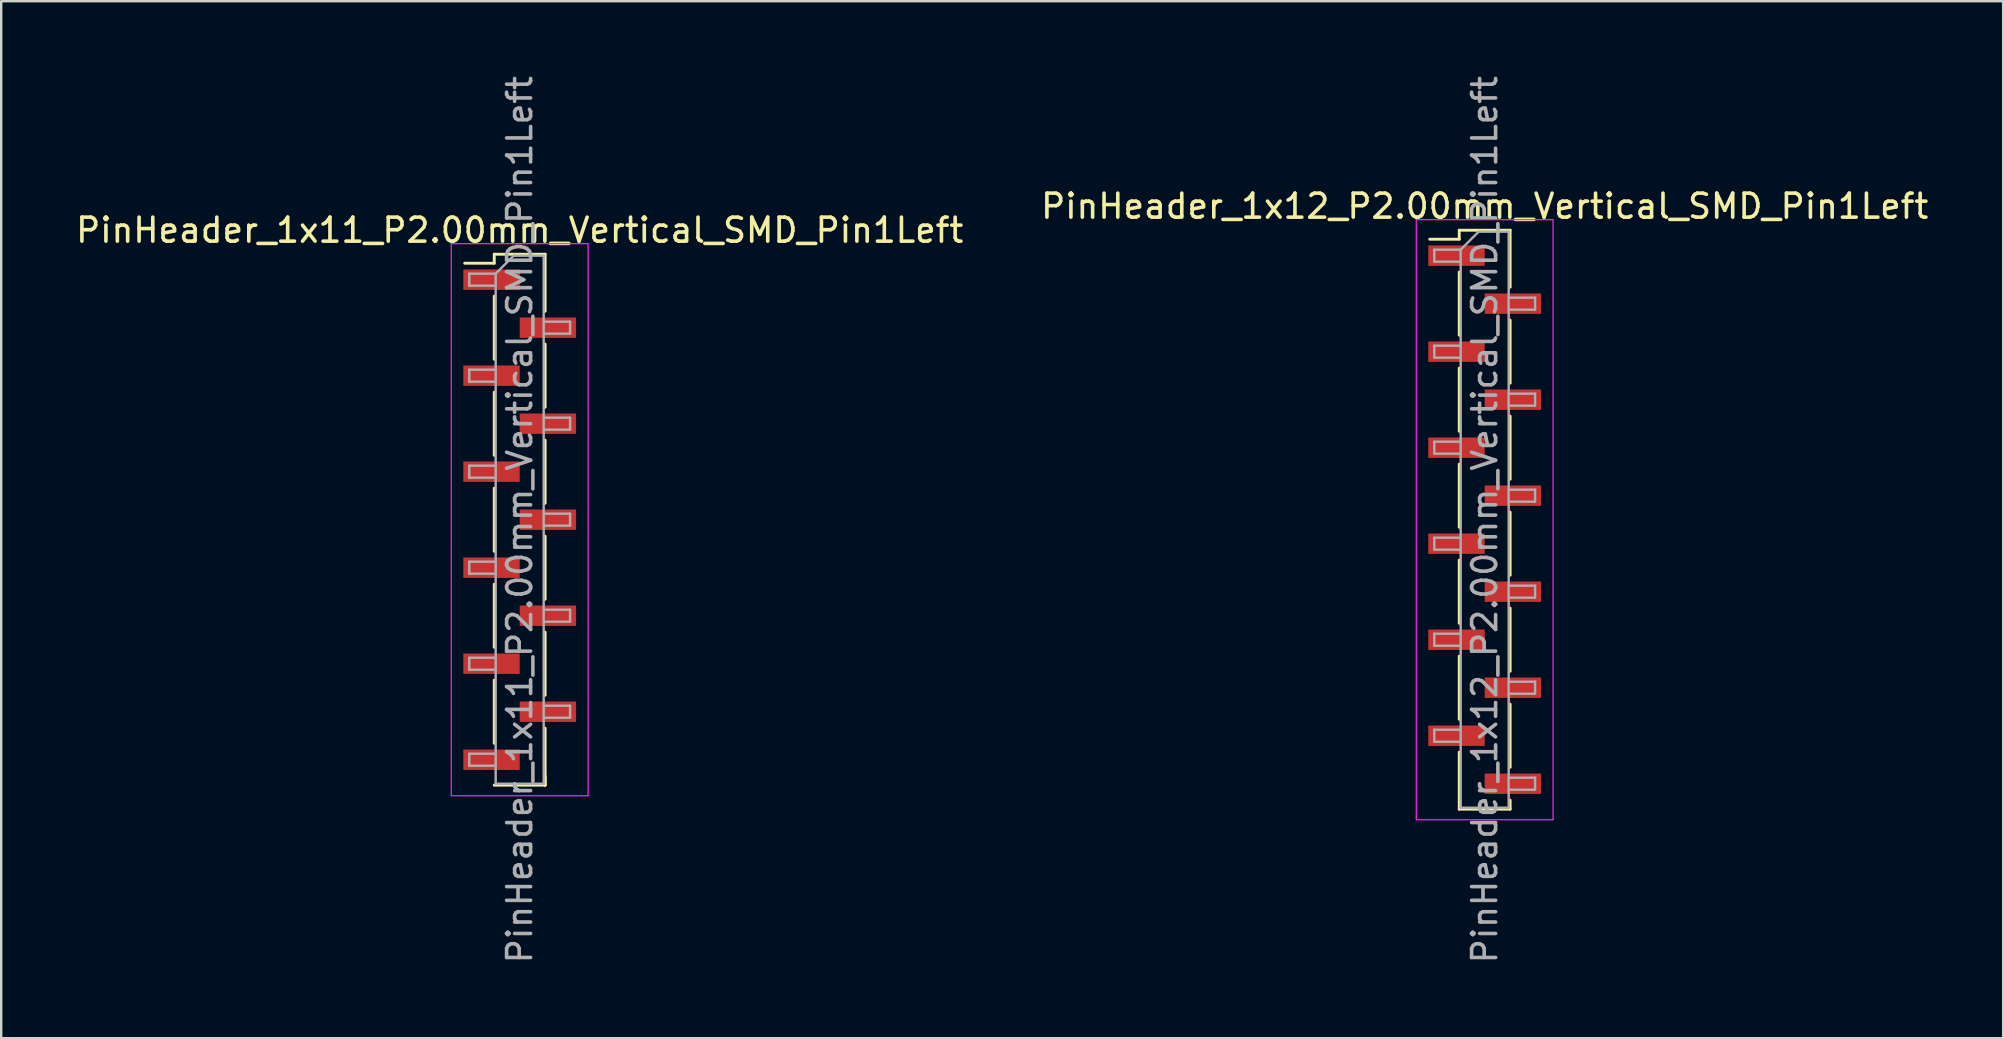
<source format=kicad_pcb>
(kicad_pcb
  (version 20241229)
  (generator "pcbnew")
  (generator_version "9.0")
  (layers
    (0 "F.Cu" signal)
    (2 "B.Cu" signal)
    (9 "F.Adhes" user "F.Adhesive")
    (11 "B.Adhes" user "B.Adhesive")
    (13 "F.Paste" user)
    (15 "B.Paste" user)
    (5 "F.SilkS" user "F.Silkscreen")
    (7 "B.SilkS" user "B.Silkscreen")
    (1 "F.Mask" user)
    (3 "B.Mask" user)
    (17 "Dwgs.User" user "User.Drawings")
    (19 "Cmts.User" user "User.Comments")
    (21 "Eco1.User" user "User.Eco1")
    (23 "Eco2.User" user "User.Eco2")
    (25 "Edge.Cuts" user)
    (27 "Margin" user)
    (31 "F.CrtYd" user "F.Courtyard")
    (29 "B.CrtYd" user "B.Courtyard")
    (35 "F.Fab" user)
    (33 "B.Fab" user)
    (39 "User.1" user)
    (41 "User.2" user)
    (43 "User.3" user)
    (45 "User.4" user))
  (footprint "PinHeader_1x11_P2.00mm_Vertical_SMD_Pin1Left"
    (layer "F.Cu")
    (at 18.601 18.601)
    (property "Reference" "PinHeader_1x11_P2.00mm_Vertical_SMD_Pin1Left" (at 0 -12.06 0) (layer "F.SilkS") (effects (font (size 1 1) (thickness 0.15))))
    (attr smd)
    (fp_line (start -1.06 -11.06) (end -1.06 -10.685) (stroke (width 0.12) (type solid)) (layer "F.SilkS"))
    (fp_line (start -1.06 -11.06) (end 1.06 -11.06) (stroke (width 0.12) (type solid)) (layer "F.SilkS"))
    (fp_line (start -1.06 -10.685) (end -2.29 -10.685) (stroke (width 0.12) (type solid)) (layer "F.SilkS"))
    (fp_line (start -1.06 -9.315) (end -1.06 -6.685) (stroke (width 0.12) (type solid)) (layer "F.SilkS"))
    (fp_line (start -1.06 -5.315) (end -1.06 -2.685) (stroke (width 0.12) (type solid)) (layer "F.SilkS"))
    (fp_line (start -1.06 -1.315) (end -1.06 1.315) (stroke (width 0.12) (type solid)) (layer "F.SilkS"))
    (fp_line (start -1.06 2.685) (end -1.06 5.315) (stroke (width 0.12) (type solid)) (layer "F.SilkS"))
    (fp_line (start -1.06 6.685) (end -1.06 9.315) (stroke (width 0.12) (type solid)) (layer "F.SilkS"))
    (fp_line (start -1.06 11.06) (end 1.06 11.06) (stroke (width 0.12) (type solid)) (layer "F.SilkS"))
    (fp_line (start 1.06 -11.06) (end 1.06 -8.685) (stroke (width 0.12) (type solid)) (layer "F.SilkS"))
    (fp_line (start 1.06 -7.315) (end 1.06 -4.685) (stroke (width 0.12) (type solid)) (layer "F.SilkS"))
    (fp_line (start 1.06 -3.315) (end 1.06 -0.685) (stroke (width 0.12) (type solid)) (layer "F.SilkS"))
    (fp_line (start 1.06 0.685) (end 1.06 3.315) (stroke (width 0.12) (type solid)) (layer "F.SilkS"))
    (fp_line (start 1.06 4.685) (end 1.06 7.315) (stroke (width 0.12) (type solid)) (layer "F.SilkS"))
    (fp_line (start 1.06 8.685) (end 1.06 11.06) (stroke (width 0.12) (type solid)) (layer "F.SilkS"))
    (fp_line (start 1.06 10.685) (end 1.06 11.06) (stroke (width 0.12) (type solid)) (layer "F.SilkS"))
    (fp_line (start -2.85 -11.5) (end -2.85 11.5) (stroke (width 0.05) (type solid)) (layer "F.CrtYd"))
    (fp_line (start -2.85 11.5) (end 2.85 11.5) (stroke (width 0.05) (type solid)) (layer "F.CrtYd"))
    (fp_line (start 2.85 -11.5) (end -2.85 -11.5) (stroke (width 0.05) (type solid)) (layer "F.CrtYd"))
    (fp_line (start 2.85 11.5) (end 2.85 -11.5) (stroke (width 0.05) (type solid)) (layer "F.CrtYd"))
    (fp_line (start -2.1 -10.25) (end -2.1 -9.75) (stroke (width 0.1) (type solid)) (layer "F.Fab"))
    (fp_line (start -2.1 -9.75) (end -1 -9.75) (stroke (width 0.1) (type solid)) (layer "F.Fab"))
    (fp_line (start -2.1 -6.25) (end -2.1 -5.75) (stroke (width 0.1) (type solid)) (layer "F.Fab"))
    (fp_line (start -2.1 -5.75) (end -1 -5.75) (stroke (width 0.1) (type solid)) (layer "F.Fab"))
    (fp_line (start -2.1 -2.25) (end -2.1 -1.75) (stroke (width 0.1) (type solid)) (layer "F.Fab"))
    (fp_line (start -2.1 -1.75) (end -1 -1.75) (stroke (width 0.1) (type solid)) (layer "F.Fab"))
    (fp_line (start -2.1 1.75) (end -2.1 2.25) (stroke (width 0.1) (type solid)) (layer "F.Fab"))
    (fp_line (start -2.1 2.25) (end -1 2.25) (stroke (width 0.1) (type solid)) (layer "F.Fab"))
    (fp_line (start -2.1 5.75) (end -2.1 6.25) (stroke (width 0.1) (type solid)) (layer "F.Fab"))
    (fp_line (start -2.1 6.25) (end -1 6.25) (stroke (width 0.1) (type solid)) (layer "F.Fab"))
    (fp_line (start -2.1 9.75) (end -2.1 10.25) (stroke (width 0.1) (type solid)) (layer "F.Fab"))
    (fp_line (start -2.1 10.25) (end -1 10.25) (stroke (width 0.1) (type solid)) (layer "F.Fab"))
    (fp_line (start -1 -10.25) (end -2.1 -10.25) (stroke (width 0.1) (type solid)) (layer "F.Fab"))
    (fp_line (start -1 -10.25) (end -0.25 -11) (stroke (width 0.1) (type solid)) (layer "F.Fab"))
    (fp_line (start -1 -6.25) (end -2.1 -6.25) (stroke (width 0.1) (type solid)) (layer "F.Fab"))
    (fp_line (start -1 -2.25) (end -2.1 -2.25) (stroke (width 0.1) (type solid)) (layer "F.Fab"))
    (fp_line (start -1 1.75) (end -2.1 1.75) (stroke (width 0.1) (type solid)) (layer "F.Fab"))
    (fp_line (start -1 5.75) (end -2.1 5.75) (stroke (width 0.1) (type solid)) (layer "F.Fab"))
    (fp_line (start -1 9.75) (end -2.1 9.75) (stroke (width 0.1) (type solid)) (layer "F.Fab"))
    (fp_line (start -1 11) (end -1 -10.25) (stroke (width 0.1) (type solid)) (layer "F.Fab"))
    (fp_line (start -0.25 -11) (end 1 -11) (stroke (width 0.1) (type solid)) (layer "F.Fab"))
    (fp_line (start 1 -11) (end 1 11) (stroke (width 0.1) (type solid)) (layer "F.Fab"))
    (fp_line (start 1 -8.25) (end 2.1 -8.25) (stroke (width 0.1) (type solid)) (layer "F.Fab"))
    (fp_line (start 1 -4.25) (end 2.1 -4.25) (stroke (width 0.1) (type solid)) (layer "F.Fab"))
    (fp_line (start 1 -0.25) (end 2.1 -0.25) (stroke (width 0.1) (type solid)) (layer "F.Fab"))
    (fp_line (start 1 3.75) (end 2.1 3.75) (stroke (width 0.1) (type solid)) (layer "F.Fab"))
    (fp_line (start 1 7.75) (end 2.1 7.75) (stroke (width 0.1) (type solid)) (layer "F.Fab"))
    (fp_line (start 1 11) (end -1 11) (stroke (width 0.1) (type solid)) (layer "F.Fab"))
    (fp_line (start 2.1 -8.25) (end 2.1 -7.75) (stroke (width 0.1) (type solid)) (layer "F.Fab"))
    (fp_line (start 2.1 -7.75) (end 1 -7.75) (stroke (width 0.1) (type solid)) (layer "F.Fab"))
    (fp_line (start 2.1 -4.25) (end 2.1 -3.75) (stroke (width 0.1) (type solid)) (layer "F.Fab"))
    (fp_line (start 2.1 -3.75) (end 1 -3.75) (stroke (width 0.1) (type solid)) (layer "F.Fab"))
    (fp_line (start 2.1 -0.25) (end 2.1 0.25) (stroke (width 0.1) (type solid)) (layer "F.Fab"))
    (fp_line (start 2.1 0.25) (end 1 0.25) (stroke (width 0.1) (type solid)) (layer "F.Fab"))
    (fp_line (start 2.1 3.75) (end 2.1 4.25) (stroke (width 0.1) (type solid)) (layer "F.Fab"))
    (fp_line (start 2.1 4.25) (end 1 4.25) (stroke (width 0.1) (type solid)) (layer "F.Fab"))
    (fp_line (start 2.1 7.75) (end 2.1 8.25) (stroke (width 0.1) (type solid)) (layer "F.Fab"))
    (fp_line (start 2.1 8.25) (end 1 8.25) (stroke (width 0.1) (type solid)) (layer "F.Fab"))
    (fp_text user "${REFERENCE}" (at 0 0 90) (layer "F.Fab") (effects (font (size 1 1) (thickness 0.15))))
    (pad "1" smd rect (at -1.175 -10) (size 2.35 0.85) (layers "F.Cu" "F.Mask" "F.Paste"))
    (pad "2" smd rect (at 1.175 -8) (size 2.35 0.85) (layers "F.Cu" "F.Mask" "F.Paste"))
    (pad "3" smd rect (at -1.175 -6) (size 2.35 0.85) (layers "F.Cu" "F.Mask" "F.Paste"))
    (pad "4" smd rect (at 1.175 -4) (size 2.35 0.85) (layers "F.Cu" "F.Mask" "F.Paste"))
    (pad "5" smd rect (at -1.175 -2) (size 2.35 0.85) (layers "F.Cu" "F.Mask" "F.Paste"))
    (pad "6" smd rect (at 1.175 0) (size 2.35 0.85) (layers "F.Cu" "F.Mask" "F.Paste"))
    (pad "7" smd rect (at -1.175 2) (size 2.35 0.85) (layers "F.Cu" "F.Mask" "F.Paste"))
    (pad "8" smd rect (at 1.175 4) (size 2.35 0.85) (layers "F.Cu" "F.Mask" "F.Paste"))
    (pad "9" smd rect (at -1.175 6) (size 2.35 0.85) (layers "F.Cu" "F.Mask" "F.Paste"))
    (pad "10" smd rect (at 1.175 8) (size 2.35 0.85) (layers "F.Cu" "F.Mask" "F.Paste"))
    (pad "11" smd rect (at -1.175 10) (size 2.35 0.85) (layers "F.Cu" "F.Mask" "F.Paste")))
  (footprint "PinHeader_1x12_P2.00mm_Vertical_SMD_Pin1Left"
    (layer "F.Cu")
    (at 58.804 18.601)
    (property "Reference" "PinHeader_1x12_P2.00mm_Vertical_SMD_Pin1Left" (at 0 -13.06 0) (layer "F.SilkS") (effects (font (size 1 1) (thickness 0.15))))
    (attr smd)
    (fp_line (start -1.06 -12.06) (end -1.06 -11.685) (stroke (width 0.12) (type solid)) (layer "F.SilkS"))
    (fp_line (start -1.06 -12.06) (end 1.06 -12.06) (stroke (width 0.12) (type solid)) (layer "F.SilkS"))
    (fp_line (start -1.06 -11.685) (end -2.29 -11.685) (stroke (width 0.12) (type solid)) (layer "F.SilkS"))
    (fp_line (start -1.06 -10.315) (end -1.06 -7.685) (stroke (width 0.12) (type solid)) (layer "F.SilkS"))
    (fp_line (start -1.06 -6.315) (end -1.06 -3.685) (stroke (width 0.12) (type solid)) (layer "F.SilkS"))
    (fp_line (start -1.06 -2.315) (end -1.06 0.315) (stroke (width 0.12) (type solid)) (layer "F.SilkS"))
    (fp_line (start -1.06 1.685) (end -1.06 4.315) (stroke (width 0.12) (type solid)) (layer "F.SilkS"))
    (fp_line (start -1.06 5.685) (end -1.06 8.315) (stroke (width 0.12) (type solid)) (layer "F.SilkS"))
    (fp_line (start -1.06 9.685) (end -1.06 12.06) (stroke (width 0.12) (type solid)) (layer "F.SilkS"))
    (fp_line (start -1.06 12.06) (end 1.06 12.06) (stroke (width 0.12) (type solid)) (layer "F.SilkS"))
    (fp_line (start 1.06 -12.06) (end 1.06 -9.685) (stroke (width 0.12) (type solid)) (layer "F.SilkS"))
    (fp_line (start 1.06 -8.315) (end 1.06 -5.685) (stroke (width 0.12) (type solid)) (layer "F.SilkS"))
    (fp_line (start 1.06 -4.315) (end 1.06 -1.685) (stroke (width 0.12) (type solid)) (layer "F.SilkS"))
    (fp_line (start 1.06 -0.315) (end 1.06 2.315) (stroke (width 0.12) (type solid)) (layer "F.SilkS"))
    (fp_line (start 1.06 3.685) (end 1.06 6.315) (stroke (width 0.12) (type solid)) (layer "F.SilkS"))
    (fp_line (start 1.06 7.685) (end 1.06 10.315) (stroke (width 0.12) (type solid)) (layer "F.SilkS"))
    (fp_line (start 1.06 11.685) (end 1.06 12.06) (stroke (width 0.12) (type solid)) (layer "F.SilkS"))
    (fp_line (start -2.85 -12.5) (end -2.85 12.5) (stroke (width 0.05) (type solid)) (layer "F.CrtYd"))
    (fp_line (start -2.85 12.5) (end 2.85 12.5) (stroke (width 0.05) (type solid)) (layer "F.CrtYd"))
    (fp_line (start 2.85 -12.5) (end -2.85 -12.5) (stroke (width 0.05) (type solid)) (layer "F.CrtYd"))
    (fp_line (start 2.85 12.5) (end 2.85 -12.5) (stroke (width 0.05) (type solid)) (layer "F.CrtYd"))
    (fp_line (start -2.1 -11.25) (end -2.1 -10.75) (stroke (width 0.1) (type solid)) (layer "F.Fab"))
    (fp_line (start -2.1 -10.75) (end -1 -10.75) (stroke (width 0.1) (type solid)) (layer "F.Fab"))
    (fp_line (start -2.1 -7.25) (end -2.1 -6.75) (stroke (width 0.1) (type solid)) (layer "F.Fab"))
    (fp_line (start -2.1 -6.75) (end -1 -6.75) (stroke (width 0.1) (type solid)) (layer "F.Fab"))
    (fp_line (start -2.1 -3.25) (end -2.1 -2.75) (stroke (width 0.1) (type solid)) (layer "F.Fab"))
    (fp_line (start -2.1 -2.75) (end -1 -2.75) (stroke (width 0.1) (type solid)) (layer "F.Fab"))
    (fp_line (start -2.1 0.75) (end -2.1 1.25) (stroke (width 0.1) (type solid)) (layer "F.Fab"))
    (fp_line (start -2.1 1.25) (end -1 1.25) (stroke (width 0.1) (type solid)) (layer "F.Fab"))
    (fp_line (start -2.1 4.75) (end -2.1 5.25) (stroke (width 0.1) (type solid)) (layer "F.Fab"))
    (fp_line (start -2.1 5.25) (end -1 5.25) (stroke (width 0.1) (type solid)) (layer "F.Fab"))
    (fp_line (start -2.1 8.75) (end -2.1 9.25) (stroke (width 0.1) (type solid)) (layer "F.Fab"))
    (fp_line (start -2.1 9.25) (end -1 9.25) (stroke (width 0.1) (type solid)) (layer "F.Fab"))
    (fp_line (start -1 -11.25) (end -2.1 -11.25) (stroke (width 0.1) (type solid)) (layer "F.Fab"))
    (fp_line (start -1 -11.25) (end -0.25 -12) (stroke (width 0.1) (type solid)) (layer "F.Fab"))
    (fp_line (start -1 -7.25) (end -2.1 -7.25) (stroke (width 0.1) (type solid)) (layer "F.Fab"))
    (fp_line (start -1 -3.25) (end -2.1 -3.25) (stroke (width 0.1) (type solid)) (layer "F.Fab"))
    (fp_line (start -1 0.75) (end -2.1 0.75) (stroke (width 0.1) (type solid)) (layer "F.Fab"))
    (fp_line (start -1 4.75) (end -2.1 4.75) (stroke (width 0.1) (type solid)) (layer "F.Fab"))
    (fp_line (start -1 8.75) (end -2.1 8.75) (stroke (width 0.1) (type solid)) (layer "F.Fab"))
    (fp_line (start -1 12) (end -1 -11.25) (stroke (width 0.1) (type solid)) (layer "F.Fab"))
    (fp_line (start -0.25 -12) (end 1 -12) (stroke (width 0.1) (type solid)) (layer "F.Fab"))
    (fp_line (start 1 -12) (end 1 12) (stroke (width 0.1) (type solid)) (layer "F.Fab"))
    (fp_line (start 1 -9.25) (end 2.1 -9.25) (stroke (width 0.1) (type solid)) (layer "F.Fab"))
    (fp_line (start 1 -5.25) (end 2.1 -5.25) (stroke (width 0.1) (type solid)) (layer "F.Fab"))
    (fp_line (start 1 -1.25) (end 2.1 -1.25) (stroke (width 0.1) (type solid)) (layer "F.Fab"))
    (fp_line (start 1 2.75) (end 2.1 2.75) (stroke (width 0.1) (type solid)) (layer "F.Fab"))
    (fp_line (start 1 6.75) (end 2.1 6.75) (stroke (width 0.1) (type solid)) (layer "F.Fab"))
    (fp_line (start 1 10.75) (end 2.1 10.75) (stroke (width 0.1) (type solid)) (layer "F.Fab"))
    (fp_line (start 1 12) (end -1 12) (stroke (width 0.1) (type solid)) (layer "F.Fab"))
    (fp_line (start 2.1 -9.25) (end 2.1 -8.75) (stroke (width 0.1) (type solid)) (layer "F.Fab"))
    (fp_line (start 2.1 -8.75) (end 1 -8.75) (stroke (width 0.1) (type solid)) (layer "F.Fab"))
    (fp_line (start 2.1 -5.25) (end 2.1 -4.75) (stroke (width 0.1) (type solid)) (layer "F.Fab"))
    (fp_line (start 2.1 -4.75) (end 1 -4.75) (stroke (width 0.1) (type solid)) (layer "F.Fab"))
    (fp_line (start 2.1 -1.25) (end 2.1 -0.75) (stroke (width 0.1) (type solid)) (layer "F.Fab"))
    (fp_line (start 2.1 -0.75) (end 1 -0.75) (stroke (width 0.1) (type solid)) (layer "F.Fab"))
    (fp_line (start 2.1 2.75) (end 2.1 3.25) (stroke (width 0.1) (type solid)) (layer "F.Fab"))
    (fp_line (start 2.1 3.25) (end 1 3.25) (stroke (width 0.1) (type solid)) (layer "F.Fab"))
    (fp_line (start 2.1 6.75) (end 2.1 7.25) (stroke (width 0.1) (type solid)) (layer "F.Fab"))
    (fp_line (start 2.1 7.25) (end 1 7.25) (stroke (width 0.1) (type solid)) (layer "F.Fab"))
    (fp_line (start 2.1 10.75) (end 2.1 11.25) (stroke (width 0.1) (type solid)) (layer "F.Fab"))
    (fp_line (start 2.1 11.25) (end 1 11.25) (stroke (width 0.1) (type solid)) (layer "F.Fab"))
    (fp_text user "${REFERENCE}" (at 0 0 90) (layer "F.Fab") (effects (font (size 1 1) (thickness 0.15))))
    (pad "1" smd rect (at -1.175 -11) (size 2.35 0.85) (layers "F.Cu" "F.Mask" "F.Paste"))
    (pad "2" smd rect (at 1.175 -9) (size 2.35 0.85) (layers "F.Cu" "F.Mask" "F.Paste"))
    (pad "3" smd rect (at -1.175 -7) (size 2.35 0.85) (layers "F.Cu" "F.Mask" "F.Paste"))
    (pad "4" smd rect (at 1.175 -5) (size 2.35 0.85) (layers "F.Cu" "F.Mask" "F.Paste"))
    (pad "5" smd rect (at -1.175 -3) (size 2.35 0.85) (layers "F.Cu" "F.Mask" "F.Paste"))
    (pad "6" smd rect (at 1.175 -1) (size 2.35 0.85) (layers "F.Cu" "F.Mask" "F.Paste"))
    (pad "7" smd rect (at -1.175 1) (size 2.35 0.85) (layers "F.Cu" "F.Mask" "F.Paste"))
    (pad "8" smd rect (at 1.175 3) (size 2.35 0.85) (layers "F.Cu" "F.Mask" "F.Paste"))
    (pad "9" smd rect (at -1.175 5) (size 2.35 0.85) (layers "F.Cu" "F.Mask" "F.Paste"))
    (pad "10" smd rect (at 1.175 7) (size 2.35 0.85) (layers "F.Cu" "F.Mask" "F.Paste"))
    (pad "11" smd rect (at -1.175 9) (size 2.35 0.85) (layers "F.Cu" "F.Mask" "F.Paste"))
    (pad "12" smd rect (at 1.175 11) (size 2.35 0.85) (layers "F.Cu" "F.Mask" "F.Paste")))
  (gr_rect
    (start -3 -3)
    (end 80.405 40.202)
    (stroke (width 0.1) (type default))
    (fill no)
    (layer "Edge.Cuts")))
</source>
